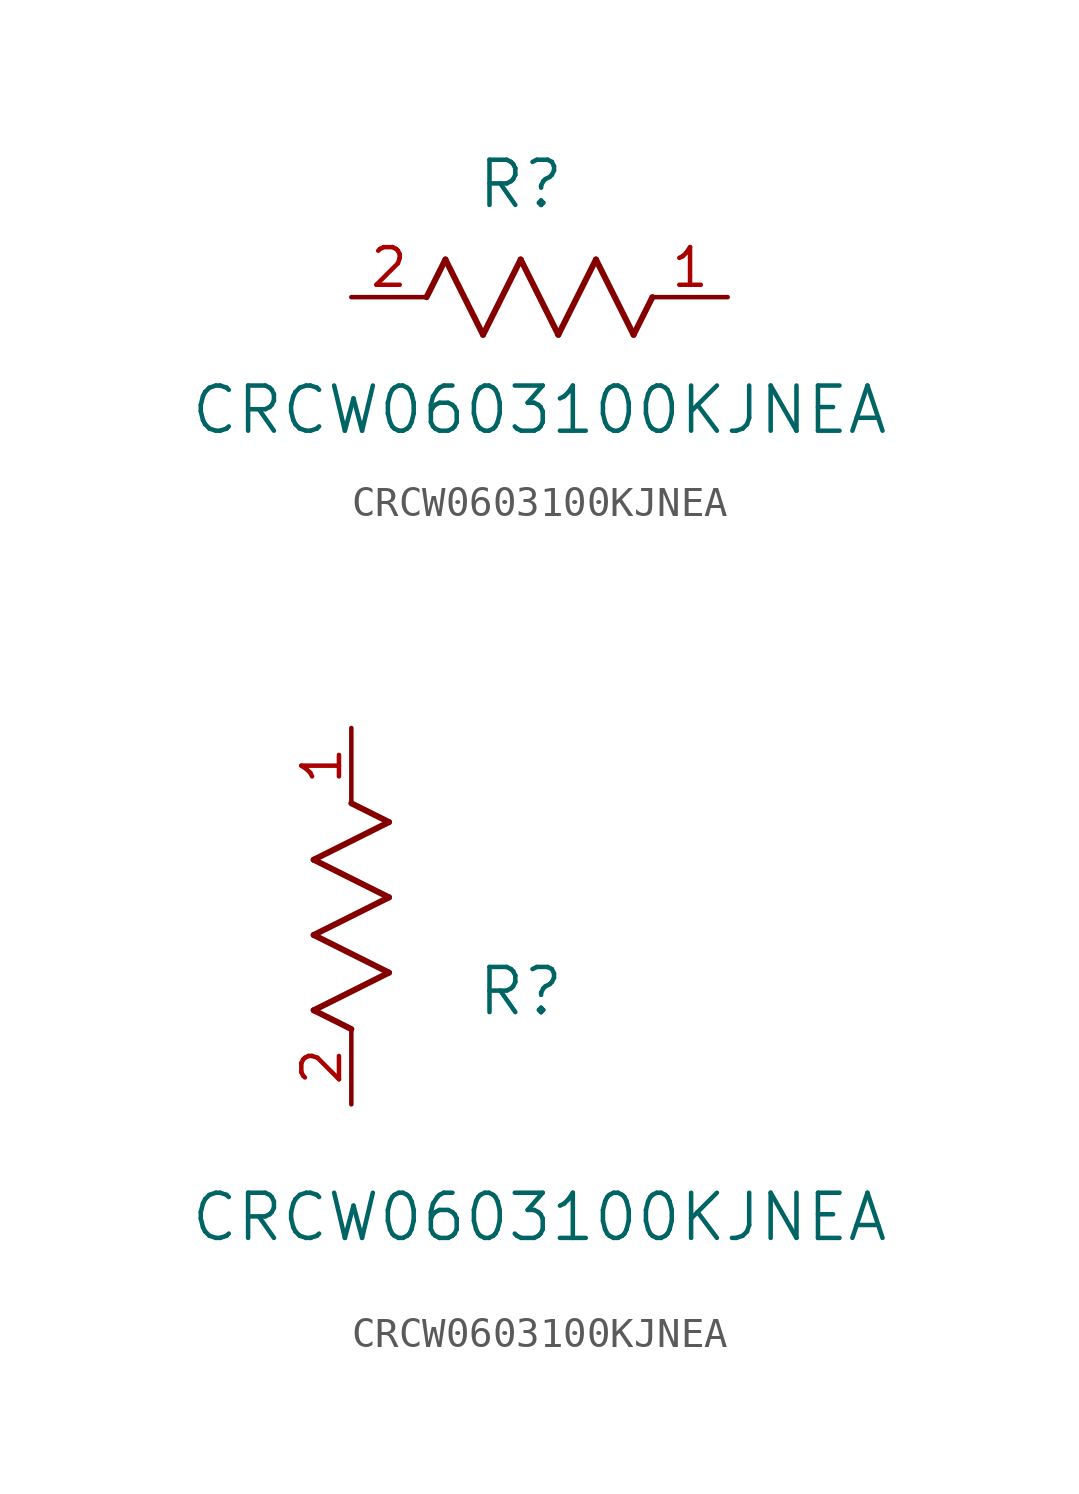
<source format=kicad_sym>
(kicad_symbol_lib
  (version 20211014)
  (generator kicad_symbol_editor)
  (symbol "CRCW0603100KJNEA"
    (pin_names
      (offset 0.254))
    (property "Reference" "R"
      (at 5.715 3.81 0)
      (effects (font (size 1.524 1.524))))
    (property "Value" "CRCW0603100KJNEA"
      (at 6.35 -3.81 0)
      (effects (font (size 1.524 1.524))))
    (symbol "CRCW0603100KJNEA_1_1"
      (polyline (pts (xy 3.175 1.27) (xy 4.445 -1.27)) (stroke (width 0.203) (type default) (color 0 0 0 0)) (fill (type none)))
      (polyline (pts (xy 4.445 -1.27) (xy 5.715 1.27)) (stroke (width 0.203) (type default) (color 0 0 0 0)) (fill (type none)))
      (polyline (pts (xy 5.715 1.27) (xy 6.985 -1.27)) (stroke (width 0.203) (type default) (color 0 0 0 0)) (fill (type none)))
      (polyline (pts (xy 6.985 -1.27) (xy 8.255 1.27)) (stroke (width 0.203) (type default) (color 0 0 0 0)) (fill (type none)))
      (polyline (pts (xy 8.255 1.27) (xy 9.525 -1.27)) (stroke (width 0.203) (type default) (color 0 0 0 0)) (fill (type none)))
      (polyline (pts (xy 2.54 0) (xy 3.175 1.27)) (stroke (width 0.203) (type default) (color 0 0 0 0)) (fill (type none)))
      (polyline (pts (xy 9.525 -1.27) (xy 10.16 0)) (stroke (width 0.203) (type default) (color 0 0 0 0)) (fill (type none)))
      (pin unspecified line (at 12.7 0 180) (length 2.54) (name "" (effects (font (size 1.27 1.27)))) (number "1" (effects (font (size 1.27 1.27)))))
      (pin unspecified line (at 0 0 0) (length 2.54) (name "" (effects (font (size 1.27 1.27)))) (number "2" (effects (font (size 1.27 1.27))))))
    (symbol "CRCW0603100KJNEA_1_2"
      (polyline (pts (xy 0 2.54) (xy -1.27 3.175)) (stroke (width 0.203) (type default) (color 0 0 0 0)) (fill (type none)))
      (polyline (pts (xy -1.27 3.175) (xy 1.27 4.445)) (stroke (width 0.203) (type default) (color 0 0 0 0)) (fill (type none)))
      (polyline (pts (xy 1.27 4.445) (xy -1.27 5.715)) (stroke (width 0.203) (type default) (color 0 0 0 0)) (fill (type none)))
      (polyline (pts (xy -1.27 5.715) (xy 1.27 6.985)) (stroke (width 0.203) (type default) (color 0 0 0 0)) (fill (type none)))
      (polyline (pts (xy -1.27 8.255) (xy 1.27 9.525)) (stroke (width 0.203) (type default) (color 0 0 0 0)) (fill (type none)))
      (polyline (pts (xy 1.27 9.525) (xy 0 10.16)) (stroke (width 0.203) (type default) (color 0 0 0 0)) (fill (type none)))
      (polyline (pts (xy 1.27 6.985) (xy -1.27 8.255)) (stroke (width 0.203) (type default) (color 0 0 0 0)) (fill (type none)))
      (pin unspecified line (at 0 12.7 270) (length 2.54) (name "" (effects (font (size 1.27 1.27)))) (number "1" (effects (font (size 1.27 1.27)))))
      (pin unspecified line (at 0 0 90) (length 2.54) (name "" (effects (font (size 1.27 1.27)))) (number "2" (effects (font (size 1.27 1.27))))))))
</source>
